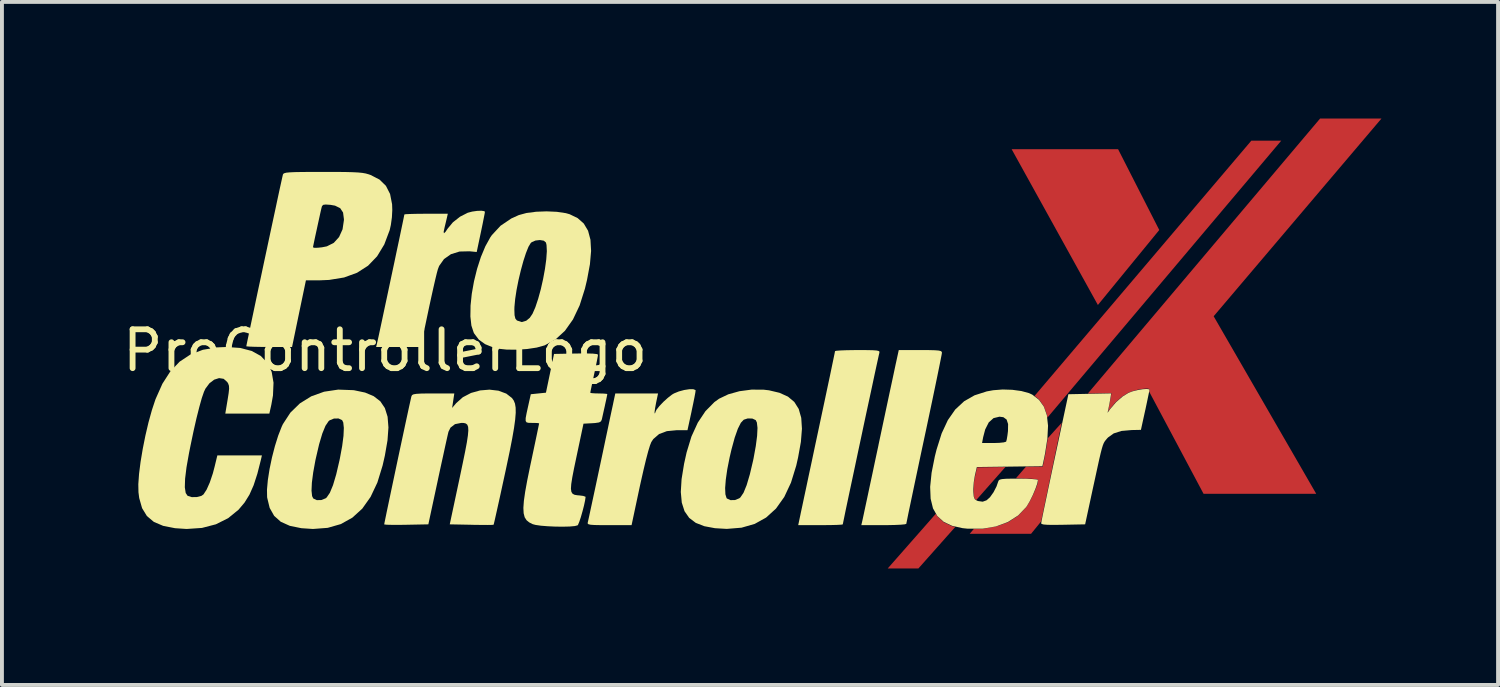
<source format=kicad_pcb>
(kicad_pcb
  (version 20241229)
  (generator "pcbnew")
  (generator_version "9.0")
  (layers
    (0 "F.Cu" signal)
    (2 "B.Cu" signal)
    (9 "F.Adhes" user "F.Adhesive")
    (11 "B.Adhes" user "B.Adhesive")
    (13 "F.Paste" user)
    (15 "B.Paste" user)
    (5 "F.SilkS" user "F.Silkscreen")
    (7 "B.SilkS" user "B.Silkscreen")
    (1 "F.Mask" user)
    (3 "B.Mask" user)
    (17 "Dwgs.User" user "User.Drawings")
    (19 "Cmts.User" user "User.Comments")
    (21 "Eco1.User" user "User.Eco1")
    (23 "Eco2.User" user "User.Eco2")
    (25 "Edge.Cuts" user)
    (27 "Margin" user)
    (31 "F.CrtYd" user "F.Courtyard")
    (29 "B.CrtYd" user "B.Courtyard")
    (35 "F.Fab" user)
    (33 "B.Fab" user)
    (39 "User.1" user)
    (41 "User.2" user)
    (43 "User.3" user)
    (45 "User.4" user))
  (footprint "ProControllerLogo"
    (layer "F.Cu")
    (at 6.863 6.471)
    (property "Reference" "ProControllerLogo" (at 0 -0.5 0) (unlocked yes) (layer "F.SilkS") (effects (font (size 1 1) (thickness 0.15))))
    (attr smd)
    (fp_poly (pts (xy 13.997 -0.51) (xy 14.151 -0.506) (xy 14.249 -0.498) (xy 14.303 -0.485) (xy 14.327 -0.464) (xy 14.331 -0.441) (xy 14.323 -0.39) (xy 14.299 -0.268) (xy 14.262 -0.083) (xy 14.213 0.158) (xy 14.153 0.448) (xy 14.084 0.779) (xy 14.007 1.144) (xy 13.924 1.536) (xy 13.872 1.779) (xy 13.786 2.182) (xy 13.706 2.561) (xy 13.632 2.91) (xy 13.567 3.221) (xy 13.511 3.487) (xy 13.466 3.701) (xy 13.435 3.856) (xy 13.417 3.944) (xy 13.414 3.962) (xy 13.376 3.974) (xy 13.273 3.984) (xy 13.118 3.991) (xy 12.925 3.995) (xy 12.835 3.995) (xy 12.256 3.995) (xy 12.277 3.906) (xy 12.29 3.849) (xy 12.317 3.723) (xy 12.357 3.535) (xy 12.409 3.293) (xy 12.47 3.005) (xy 12.54 2.679) (xy 12.615 2.323) (xy 12.696 1.946) (xy 12.696 1.942) (xy 12.778 1.555) (xy 12.857 1.184) (xy 12.931 0.836) (xy 12.998 0.521) (xy 13.057 0.248) (xy 13.104 0.026) (xy 13.138 -0.135) (xy 13.157 -0.221) (xy 13.22 -0.511) (xy 13.775 -0.511)) (stroke (width 0) (type solid)) (fill yes) (layer "F.SilkS"))
    (fp_poly (pts (xy 19.665 0.499) (xy 19.673 0.511) (xy 19.664 0.561) (xy 19.641 0.673) (xy 19.608 0.832) (xy 19.568 1.02) (xy 19.562 1.045) (xy 19.453 1.543) (xy 19.212 1.548) (xy 18.952 1.571) (xy 18.753 1.634) (xy 18.606 1.739) (xy 18.579 1.768) (xy 18.546 1.807) (xy 18.519 1.843) (xy 18.496 1.884) (xy 18.473 1.941) (xy 18.448 2.023) (xy 18.418 2.138) (xy 18.381 2.296) (xy 18.335 2.506) (xy 18.276 2.778) (xy 18.219 3.038) (xy 18.017 3.975) (xy 17.45 3.986) (xy 17.217 3.989) (xy 17.053 3.987) (xy 16.95 3.979) (xy 16.897 3.965) (xy 16.885 3.947) (xy 16.894 3.898) (xy 16.917 3.779) (xy 16.954 3.6) (xy 17.003 3.368) (xy 17.061 3.091) (xy 17.127 2.778) (xy 17.199 2.438) (xy 17.237 2.261) (xy 17.586 0.626) (xy 18.137 0.615) (xy 18.688 0.604) (xy 18.663 0.754) (xy 18.64 0.884) (xy 18.617 0.997) (xy 18.616 1.005) (xy 18.594 1.104) (xy 18.664 1.005) (xy 18.809 0.835) (xy 18.979 0.686) (xy 19.132 0.591) (xy 19.239 0.551) (xy 19.369 0.519) (xy 19.497 0.497) (xy 19.603 0.49)) (stroke (width 0) (type solid)) (fill yes) (layer "F.SilkS"))
    (fp_poly (pts (xy 12.387 -0.51) (xy 12.545 -0.507) (xy 12.646 -0.5) (xy 12.701 -0.488) (xy 12.723 -0.47) (xy 12.721 -0.443) (xy 12.721 -0.441) (xy 12.709 -0.391) (xy 12.683 -0.272) (xy 12.644 -0.094) (xy 12.594 0.137) (xy 12.536 0.41) (xy 12.47 0.717) (xy 12.398 1.05) (xy 12.323 1.4) (xy 12.247 1.76) (xy 12.17 2.119) (xy 12.096 2.47) (xy 12.025 2.804) (xy 11.959 3.113) (xy 11.901 3.387) (xy 11.852 3.619) (xy 11.815 3.8) (xy 11.79 3.921) (xy 11.779 3.975) (xy 11.779 3.976) (xy 11.742 3.983) (xy 11.638 3.989) (xy 11.484 3.993) (xy 11.291 3.995) (xy 11.206 3.995) (xy 10.632 3.995) (xy 10.685 3.746) (xy 10.703 3.658) (xy 10.737 3.501) (xy 10.783 3.283) (xy 10.841 3.012) (xy 10.907 2.699) (xy 10.982 2.35) (xy 11.061 1.975) (xy 11.145 1.582) (xy 11.158 1.52) (xy 11.24 1.134) (xy 11.317 0.773) (xy 11.387 0.442) (xy 11.449 0.151) (xy 11.5 -0.095) (xy 11.54 -0.287) (xy 11.567 -0.418) (xy 11.579 -0.48) (xy 11.58 -0.484) (xy 11.617 -0.493) (xy 11.721 -0.501) (xy 11.876 -0.507) (xy 12.068 -0.51) (xy 12.161 -0.511)) (stroke (width 0) (type solid)) (fill yes) (layer "F.SilkS"))
    (fp_poly (pts (xy 2.551 -4.086) (xy 2.568 -4.069) (xy 2.561 -4.021) (xy 2.539 -3.91) (xy 2.508 -3.753) (xy 2.469 -3.565) (xy 2.463 -3.537) (xy 2.357 -3.035) (xy 2.173 -3.053) (xy 1.915 -3.047) (xy 1.693 -2.978) (xy 1.515 -2.853) (xy 1.39 -2.676) (xy 1.358 -2.593) (xy 1.332 -2.499) (xy 1.294 -2.342) (xy 1.246 -2.134) (xy 1.192 -1.891) (xy 1.134 -1.625) (xy 1.107 -1.497) (xy 0.916 -0.59) (xy 0.342 -0.59) (xy -0.232 -0.59) (xy -0.21 -0.68) (xy -0.196 -0.741) (xy -0.168 -0.868) (xy -0.129 -1.05) (xy -0.08 -1.278) (xy -0.024 -1.542) (xy 0.038 -1.832) (xy 0.103 -2.138) (xy 0.169 -2.45) (xy 0.235 -2.759) (xy 0.297 -3.055) (xy 0.355 -3.327) (xy 0.405 -3.566) (xy 0.446 -3.762) (xy 0.476 -3.906) (xy 0.492 -3.987) (xy 0.495 -4.001) (xy 0.532 -4.008) (xy 0.635 -4.013) (xy 0.789 -4.017) (xy 0.98 -4.019) (xy 1.054 -4.019) (xy 1.613 -4.019) (xy 1.588 -3.91) (xy 1.56 -3.791) (xy 1.529 -3.663) (xy 1.506 -3.553) (xy 1.514 -3.517) (xy 1.554 -3.554) (xy 1.607 -3.634) (xy 1.744 -3.799) (xy 1.928 -3.944) (xy 2.126 -4.045) (xy 2.24 -4.075) (xy 2.365 -4.093) (xy 2.477 -4.097)) (stroke (width 0) (type solid)) (fill yes) (layer "F.SilkS"))
    (fp_poly (pts (xy 7.987 0.518) (xy 7.991 0.531) (xy 7.983 0.589) (xy 7.961 0.708) (xy 7.928 0.871) (xy 7.888 1.06) (xy 7.887 1.068) (xy 7.782 1.551) (xy 7.512 1.551) (xy 7.252 1.576) (xy 7.051 1.651) (xy 6.902 1.78) (xy 6.851 1.857) (xy 6.817 1.943) (xy 6.77 2.097) (xy 6.714 2.31) (xy 6.651 2.572) (xy 6.583 2.873) (xy 6.555 2.999) (xy 6.343 3.995) (xy 5.769 3.995) (xy 5.544 3.995) (xy 5.387 3.992) (xy 5.288 3.985) (xy 5.233 3.972) (xy 5.213 3.954) (xy 5.215 3.927) (xy 5.215 3.926) (xy 5.228 3.871) (xy 5.255 3.749) (xy 5.294 3.566) (xy 5.344 3.334) (xy 5.403 3.06) (xy 5.468 2.755) (xy 5.535 2.44) (xy 5.606 2.106) (xy 5.673 1.787) (xy 5.735 1.496) (xy 5.788 1.242) (xy 5.832 1.036) (xy 5.864 0.889) (xy 5.879 0.815) (xy 5.924 0.606) (xy 6.474 0.606) (xy 7.024 0.606) (xy 6.972 0.855) (xy 6.948 0.986) (xy 6.935 1.082) (xy 6.937 1.121) (xy 6.953 1.107) (xy 6.954 1.09) (xy 6.983 1.027) (xy 7.058 0.932) (xy 7.161 0.823) (xy 7.276 0.719) (xy 7.384 0.635) (xy 7.435 0.605) (xy 7.56 0.554) (xy 7.698 0.517) (xy 7.829 0.497) (xy 7.932 0.497)) (stroke (width 0) (type solid)) (fill yes) (layer "F.SilkS"))
    (fp_poly (pts (xy 9.743 0.509) (xy 9.88 0.525) (xy 10.15 0.589) (xy 10.367 0.687) (xy 10.531 0.824) (xy 10.645 1.005) (xy 10.71 1.234) (xy 10.728 1.515) (xy 10.701 1.853) (xy 10.629 2.252) (xy 10.581 2.464) (xy 10.446 2.901) (xy 10.273 3.27) (xy 10.06 3.569) (xy 9.806 3.8) (xy 9.511 3.964) (xy 9.173 4.061) (xy 8.792 4.092) (xy 8.489 4.074) (xy 8.216 4.023) (xy 7.995 3.937) (xy 7.826 3.809) (xy 7.706 3.637) (xy 7.635 3.416) (xy 7.61 3.142) (xy 7.616 3.041) (xy 8.751 3.041) (xy 8.758 3.203) (xy 8.788 3.299) (xy 8.796 3.309) (xy 8.888 3.352) (xy 9.007 3.349) (xy 9.116 3.304) (xy 9.143 3.282) (xy 9.224 3.163) (xy 9.305 2.965) (xy 9.387 2.688) (xy 9.471 2.332) (xy 9.483 2.274) (xy 9.54 1.96) (xy 9.574 1.698) (xy 9.584 1.493) (xy 9.568 1.353) (xy 9.538 1.292) (xy 9.449 1.251) (xy 9.329 1.25) (xy 9.23 1.282) (xy 9.156 1.36) (xy 9.078 1.515) (xy 8.997 1.744) (xy 8.915 2.045) (xy 8.866 2.255) (xy 8.806 2.558) (xy 8.768 2.823) (xy 8.751 3.041) (xy 7.616 3.041) (xy 7.63 2.811) (xy 7.694 2.418) (xy 7.76 2.121) (xy 7.884 1.714) (xy 8.047 1.358) (xy 8.245 1.061) (xy 8.474 0.829) (xy 8.594 0.742) (xy 8.833 0.628) (xy 9.12 0.548) (xy 9.432 0.507)) (stroke (width 0) (type solid)) (fill yes) (layer "F.SilkS"))
    (fp_poly (pts (xy -0.822 0.521) (xy -0.792 0.525) (xy -0.516 0.583) (xy -0.295 0.676) (xy -0.125 0.807) (xy -0.007 0.982) (xy 0.063 1.205) (xy 0.085 1.481) (xy 0.061 1.813) (xy -0.007 2.206) (xy -0.065 2.46) (xy -0.2 2.899) (xy -0.375 3.269) (xy -0.589 3.571) (xy -0.844 3.803) (xy -1.14 3.968) (xy -1.478 4.065) (xy -1.857 4.094) (xy -2.157 4.074) (xy -2.454 4.013) (xy -2.686 3.909) (xy -2.857 3.756) (xy -2.972 3.552) (xy -3.035 3.293) (xy -3.038 3.271) (xy -3.041 3.108) (xy -1.895 3.108) (xy -1.88 3.248) (xy -1.85 3.309) (xy -1.759 3.352) (xy -1.64 3.349) (xy -1.53 3.304) (xy -1.504 3.282) (xy -1.423 3.163) (xy -1.341 2.965) (xy -1.259 2.688) (xy -1.176 2.332) (xy -1.164 2.274) (xy -1.106 1.96) (xy -1.072 1.698) (xy -1.063 1.493) (xy -1.078 1.353) (xy -1.108 1.292) (xy -1.2 1.25) (xy -1.318 1.252) (xy -1.428 1.297) (xy -1.455 1.319) (xy -1.536 1.439) (xy -1.617 1.637) (xy -1.699 1.913) (xy -1.782 2.269) (xy -1.795 2.327) (xy -1.852 2.641) (xy -1.886 2.904) (xy -1.895 3.108) (xy -3.041 3.108) (xy -3.041 3.079) (xy -3.019 2.834) (xy -2.975 2.553) (xy -2.913 2.255) (xy -2.837 1.961) (xy -2.752 1.69) (xy -2.662 1.46) (xy -2.631 1.394) (xy -2.439 1.1) (xy -2.194 0.861) (xy -1.902 0.68) (xy -1.571 0.561) (xy -1.209 0.507)) (stroke (width 0) (type solid)) (fill yes) (layer "F.SilkS"))
    (fp_poly (pts (xy 4.42 -4.069) (xy 4.65 -4.035) (xy 4.749 -4.007) (xy 4.955 -3.907) (xy 5.113 -3.767) (xy 5.223 -3.582) (xy 5.285 -3.349) (xy 5.301 -3.062) (xy 5.271 -2.719) (xy 5.196 -2.316) (xy 5.142 -2.09) (xy 5.006 -1.66) (xy 4.834 -1.298) (xy 4.627 -1.006) (xy 4.385 -0.784) (xy 4.11 -0.634) (xy 4.103 -0.631) (xy 3.902 -0.575) (xy 3.655 -0.538) (xy 3.388 -0.52) (xy 3.128 -0.523) (xy 2.901 -0.547) (xy 2.788 -0.575) (xy 2.57 -0.664) (xy 2.412 -0.779) (xy 2.295 -0.933) (xy 2.279 -0.962) (xy 2.22 -1.141) (xy 2.194 -1.376) (xy 2.197 -1.553) (xy 3.326 -1.553) (xy 3.331 -1.407) (xy 3.352 -1.32) (xy 3.391 -1.274) (xy 3.395 -1.271) (xy 3.516 -1.232) (xy 3.632 -1.266) (xy 3.722 -1.34) (xy 3.793 -1.445) (xy 3.867 -1.614) (xy 3.939 -1.831) (xy 4.007 -2.078) (xy 4.066 -2.34) (xy 4.114 -2.601) (xy 4.147 -2.844) (xy 4.162 -3.055) (xy 4.154 -3.215) (xy 4.139 -3.279) (xy 4.083 -3.326) (xy 3.983 -3.343) (xy 3.87 -3.33) (xy 3.773 -3.288) (xy 3.747 -3.265) (xy 3.689 -3.169) (xy 3.625 -3.009) (xy 3.558 -2.803) (xy 3.493 -2.565) (xy 3.433 -2.313) (xy 3.383 -2.061) (xy 3.347 -1.826) (xy 3.328 -1.623) (xy 3.326 -1.553) (xy 2.197 -1.553) (xy 2.198 -1.654) (xy 2.23 -1.96) (xy 2.287 -2.28) (xy 2.366 -2.6) (xy 2.464 -2.905) (xy 2.579 -3.181) (xy 2.708 -3.414) (xy 2.748 -3.471) (xy 2.971 -3.711) (xy 3.248 -3.898) (xy 3.44 -3.985) (xy 3.638 -4.039) (xy 3.886 -4.071) (xy 4.156 -4.081)) (stroke (width 0) (type solid)) (fill yes) (layer "F.SilkS"))
    (fp_poly (pts (xy -3.729 -0.565) (xy -3.435 -0.488) (xy -3.202 -0.36) (xy -3.031 -0.181) (xy -2.921 0.049) (xy -2.873 0.329) (xy -2.887 0.658) (xy -2.929 0.895) (xy -2.98 1.124) (xy -3.547 1.124) (xy -4.114 1.124) (xy -4.055 0.77) (xy -4.028 0.599) (xy -4.016 0.485) (xy -4.02 0.41) (xy -4.039 0.353) (xy -4.064 0.312) (xy -4.157 0.229) (xy -4.274 0.211) (xy -4.4 0.251) (xy -4.522 0.344) (xy -4.625 0.482) (xy -4.663 0.563) (xy -4.719 0.725) (xy -4.783 0.955) (xy -4.856 1.244) (xy -4.933 1.583) (xy -5.012 1.961) (xy -5.048 2.141) (xy -5.113 2.508) (xy -5.149 2.802) (xy -5.156 3.022) (xy -5.133 3.169) (xy -5.084 3.241) (xy -4.979 3.274) (xy -4.849 3.273) (xy -4.731 3.243) (xy -4.677 3.206) (xy -4.596 3.083) (xy -4.513 2.897) (xy -4.435 2.665) (xy -4.389 2.49) (xy -4.319 2.201) (xy -3.746 2.201) (xy -3.172 2.201) (xy -3.197 2.311) (xy -3.289 2.673) (xy -3.385 2.969) (xy -3.493 3.212) (xy -3.619 3.415) (xy -3.768 3.592) (xy -3.774 3.599) (xy -4.042 3.817) (xy -4.357 3.974) (xy -4.714 4.067) (xy -5.11 4.094) (xy -5.408 4.074) (xy -5.713 4.014) (xy -5.953 3.912) (xy -6.132 3.761) (xy -6.256 3.558) (xy -6.33 3.298) (xy -6.349 3.149) (xy -6.353 2.942) (xy -6.334 2.676) (xy -6.295 2.368) (xy -6.239 2.033) (xy -6.17 1.688) (xy -6.091 1.351) (xy -6.004 1.037) (xy -5.913 0.762) (xy -5.907 0.747) (xy -5.733 0.356) (xy -5.528 0.037) (xy -5.289 -0.213) (xy -5.012 -0.396) (xy -4.691 -0.518) (xy -4.323 -0.58) (xy -4.083 -0.59)) (stroke (width 0) (type solid)) (fill yes) (layer "F.SilkS"))
    (fp_poly (pts (xy 2.916 0.535) (xy 3.118 0.61) (xy 3.265 0.724) (xy 3.31 0.788) (xy 3.342 0.867) (xy 3.359 0.971) (xy 3.361 1.105) (xy 3.347 1.278) (xy 3.317 1.497) (xy 3.27 1.768) (xy 3.205 2.1) (xy 3.121 2.499) (xy 3.087 2.658) (xy 3.019 2.97) (xy 2.957 3.256) (xy 2.901 3.508) (xy 2.855 3.715) (xy 2.82 3.87) (xy 2.798 3.962) (xy 2.791 3.985) (xy 2.749 3.989) (xy 2.642 3.991) (xy 2.484 3.99) (xy 2.291 3.988) (xy 2.221 3.986) (xy 1.663 3.975) (xy 1.921 2.765) (xy 1.998 2.398) (xy 2.059 2.101) (xy 2.103 1.867) (xy 2.13 1.688) (xy 2.141 1.558) (xy 2.136 1.468) (xy 2.115 1.411) (xy 2.078 1.38) (xy 2.026 1.366) (xy 1.96 1.364) (xy 1.798 1.396) (xy 1.682 1.486) (xy 1.63 1.592) (xy 1.614 1.659) (xy 1.584 1.792) (xy 1.542 1.982) (xy 1.491 2.217) (xy 1.432 2.485) (xy 1.369 2.777) (xy 1.356 2.839) (xy 1.112 3.975) (xy 0.544 3.986) (xy 0.342 3.989) (xy 0.171 3.988) (xy 0.047 3.985) (xy -0.018 3.978) (xy -0.024 3.975) (xy -0.016 3.931) (xy 0.007 3.819) (xy 0.042 3.648) (xy 0.088 3.43) (xy 0.142 3.173) (xy 0.202 2.889) (xy 0.266 2.586) (xy 0.332 2.274) (xy 0.398 1.964) (xy 0.462 1.666) (xy 0.521 1.389) (xy 0.574 1.144) (xy 0.618 0.94) (xy 0.652 0.788) (xy 0.672 0.697) (xy 0.678 0.676) (xy 0.694 0.647) (xy 0.732 0.628) (xy 0.804 0.616) (xy 0.922 0.609) (xy 1.099 0.606) (xy 1.239 0.606) (xy 1.78 0.606) (xy 1.752 0.793) (xy 1.724 0.979) (xy 1.829 0.855) (xy 2 0.703) (xy 2.211 0.593) (xy 2.445 0.528) (xy 2.686 0.508)) (stroke (width 0) (type solid)) (fill yes) (layer "F.SilkS"))
    (fp_poly (pts (xy -1.281 -5.096) (xy -1.033 -5.094) (xy -0.842 -5.089) (xy -0.698 -5.082) (xy -0.587 -5.071) (xy -0.501 -5.056) (xy -0.426 -5.035) (xy -0.372 -5.016) (xy -0.145 -4.899) (xy 0.02 -4.738) (xy 0.127 -4.528) (xy 0.179 -4.263) (xy 0.184 -4.115) (xy 0.174 -3.927) (xy 0.147 -3.73) (xy 0.117 -3.598) (xy -0.022 -3.229) (xy -0.207 -2.924) (xy -0.44 -2.682) (xy -0.722 -2.501) (xy -1.056 -2.379) (xy -1.443 -2.316) (xy -1.699 -2.305) (xy -2.039 -2.305) (xy -2.218 -1.448) (xy -2.396 -0.59) (xy -2.984 -0.59) (xy -3.191 -0.592) (xy -3.365 -0.595) (xy -3.495 -0.6) (xy -3.564 -0.606) (xy -3.573 -0.61) (xy -3.565 -0.653) (xy -3.542 -0.765) (xy -3.505 -0.938) (xy -3.458 -1.164) (xy -3.401 -1.433) (xy -3.337 -1.738) (xy -3.267 -2.069) (xy -3.192 -2.418) (xy -3.116 -2.777) (xy -3.039 -3.136) (xy -3.035 -3.156) (xy -1.858 -3.156) (xy -1.823 -3.143) (xy -1.736 -3.144) (xy -1.624 -3.156) (xy -1.511 -3.178) (xy -1.497 -3.182) (xy -1.322 -3.27) (xy -1.186 -3.42) (xy -1.096 -3.619) (xy -1.061 -3.856) (xy -1.061 -3.881) (xy -1.083 -4.051) (xy -1.157 -4.163) (xy -1.29 -4.228) (xy -1.41 -4.249) (xy -1.531 -4.257) (xy -1.596 -4.248) (xy -1.626 -4.213) (xy -1.637 -4.174) (xy -1.658 -4.084) (xy -1.688 -3.948) (xy -1.724 -3.784) (xy -1.762 -3.608) (xy -1.799 -3.44) (xy -1.829 -3.297) (xy -1.85 -3.196) (xy -1.858 -3.156) (xy -3.035 -3.156) (xy -2.964 -3.489) (xy -2.892 -3.825) (xy -2.825 -4.136) (xy -2.766 -4.414) (xy -2.715 -4.651) (xy -2.674 -4.837) (xy -2.646 -4.964) (xy -2.632 -5.024) (xy -2.632 -5.026) (xy -2.62 -5.048) (xy -2.592 -5.064) (xy -2.54 -5.077) (xy -2.454 -5.085) (xy -2.326 -5.091) (xy -2.144 -5.094) (xy -1.902 -5.096) (xy -1.598 -5.096)) (stroke (width 0) (type solid)) (fill yes) (layer "F.SilkS"))
    (fp_poly (pts (xy 16.142 0.512) (xy 16.377 0.544) (xy 16.572 0.597) (xy 16.659 0.638) (xy 16.831 0.772) (xy 16.955 0.946) (xy 17.032 1.166) (xy 17.062 1.436) (xy 17.046 1.762) (xy 16.986 2.149) (xy 16.962 2.27) (xy 16.917 2.478) (xy 16.073 2.489) (xy 15.23 2.5) (xy 15.179 2.719) (xy 15.151 2.888) (xy 15.138 3.065) (xy 15.139 3.137) (xy 15.15 3.259) (xy 15.175 3.326) (xy 15.229 3.363) (xy 15.261 3.375) (xy 15.38 3.392) (xy 15.48 3.356) (xy 15.568 3.277) (xy 15.659 3.149) (xy 15.737 2.997) (xy 15.777 2.881) (xy 15.791 2.847) (xy 15.82 2.824) (xy 15.878 2.81) (xy 15.978 2.802) (xy 16.134 2.799) (xy 16.301 2.799) (xy 16.491 2.801) (xy 16.647 2.808) (xy 16.756 2.818) (xy 16.803 2.83) (xy 16.803 2.831) (xy 16.785 2.925) (xy 16.736 3.064) (xy 16.669 3.223) (xy 16.592 3.379) (xy 16.517 3.506) (xy 16.501 3.529) (xy 16.293 3.746) (xy 16.03 3.914) (xy 15.721 4.029) (xy 15.373 4.087) (xy 14.997 4.087) (xy 14.863 4.073) (xy 14.593 4.013) (xy 14.377 3.911) (xy 14.213 3.762) (xy 14.101 3.564) (xy 14.04 3.314) (xy 14.028 3.01) (xy 14.065 2.647) (xy 14.149 2.224) (xy 14.194 2.046) (xy 14.246 1.882) (xy 15.364 1.882) (xy 15.663 1.882) (xy 15.809 1.877) (xy 15.923 1.865) (xy 15.981 1.848) (xy 15.984 1.845) (xy 16 1.788) (xy 16.018 1.679) (xy 16.031 1.574) (xy 16.034 1.394) (xy 15.996 1.278) (xy 15.912 1.217) (xy 15.812 1.204) (xy 15.659 1.241) (xy 15.536 1.351) (xy 15.444 1.534) (xy 15.392 1.732) (xy 15.364 1.882) (xy 14.246 1.882) (xy 14.324 1.634) (xy 14.483 1.293) (xy 14.674 1.019) (xy 14.902 0.807) (xy 15.17 0.654) (xy 15.485 0.553) (xy 15.651 0.523) (xy 15.892 0.504)) (stroke (width 0) (type solid)) (fill yes) (layer "F.SilkS"))
    (fp_poly (pts (xy 5.35 -0.419) (xy 5.453 -0.407) (xy 5.479 -0.391) (xy 5.471 -0.338) (xy 5.449 -0.224) (xy 5.417 -0.065) (xy 5.379 0.111) (xy 5.34 0.293) (xy 5.309 0.443) (xy 5.287 0.547) (xy 5.28 0.589) (xy 5.316 0.598) (xy 5.409 0.604) (xy 5.499 0.606) (xy 5.619 0.609) (xy 5.699 0.616) (xy 5.718 0.623) (xy 5.71 0.668) (xy 5.689 0.769) (xy 5.659 0.905) (xy 5.658 0.913) (xy 5.624 1.063) (xy 5.595 1.194) (xy 5.578 1.272) (xy 5.556 1.323) (xy 5.506 1.352) (xy 5.406 1.367) (xy 5.332 1.372) (xy 5.105 1.384) (xy 4.925 2.234) (xy 4.862 2.534) (xy 4.817 2.766) (xy 4.79 2.938) (xy 4.782 3.06) (xy 4.794 3.14) (xy 4.826 3.189) (xy 4.878 3.215) (xy 4.952 3.227) (xy 4.994 3.23) (xy 5.096 3.243) (xy 5.154 3.263) (xy 5.159 3.27) (xy 5.146 3.362) (xy 5.118 3.493) (xy 5.079 3.643) (xy 5.037 3.79) (xy 4.996 3.912) (xy 4.964 3.988) (xy 4.954 4) (xy 4.881 4.019) (xy 4.749 4.031) (xy 4.576 4.035) (xy 4.382 4.033) (xy 4.187 4.024) (xy 4.011 4.01) (xy 3.872 3.99) (xy 3.8 3.971) (xy 3.71 3.926) (xy 3.641 3.87) (xy 3.592 3.794) (xy 3.565 3.69) (xy 3.558 3.552) (xy 3.571 3.37) (xy 3.604 3.138) (xy 3.657 2.846) (xy 3.73 2.488) (xy 3.761 2.343) (xy 3.817 2.078) (xy 3.867 1.841) (xy 3.909 1.641) (xy 3.94 1.491) (xy 3.959 1.399) (xy 3.964 1.376) (xy 3.928 1.368) (xy 3.838 1.364) (xy 3.784 1.364) (xy 3.696 1.363) (xy 3.642 1.351) (xy 3.617 1.315) (xy 3.617 1.24) (xy 3.641 1.113) (xy 3.678 0.945) (xy 3.749 0.626) (xy 3.944 0.606) (xy 4.139 0.586) (xy 4.243 0.088) (xy 4.347 -0.411) (xy 4.913 -0.422) (xy 5.17 -0.424)) (stroke (width 0) (type solid)) (fill yes) (layer "F.SilkS"))
    (pad "1" smd custom (at 13.894 4.346) (size 0.3 0.3) (layers "F.Cu" "F.Mask" "F.Paste") (options (anchor circle)) (primitives (gr_poly (pts (xy -0.15 -0.075) (xy -0.144 -0.104) (xy -0.128 -0.128) (xy -0.104 -0.144) (xy -0.075 -0.15) (xy 0.075 -0.15) (xy 0.104 -0.144) (xy 0.128 -0.128) (xy 0.144 -0.104) (xy 0.15 -0.075) (xy 0.15 0.075) (xy 0.144 0.104) (xy 0.128 0.128) (xy 0.104 0.144) (xy 0.075 0.15) (xy -0.075 0.15) (xy -0.104 0.144) (xy -0.128 0.128) (xy -0.144 0.104) (xy -0.15 0.075)) (width 0) (fill yes)) (gr_poly (pts (xy -0.168 0.764) (xy -0.958 0.764) (xy 0.282 -0.646) (xy 0.322 -0.576) (xy 0.482 -0.426) (xy 0.692 -0.326) (xy 0.782 -0.306)) (width 0) (fill yes))))
    (pad "1" smd custom (at 15.385 2.779) (size 0.3 0.3) (layers "F.Cu" "F.Mask" "F.Paste") (options (anchor circle)) (primitives (gr_poly (pts (xy -0.15 -0.075) (xy -0.144 -0.104) (xy -0.128 -0.128) (xy -0.104 -0.144) (xy -0.075 -0.15) (xy 0.075 -0.15) (xy 0.104 -0.144) (xy 0.128 -0.128) (xy 0.144 -0.104) (xy 0.15 -0.075) (xy 0.15 0.075) (xy 0.144 0.104) (xy 0.128 0.128) (xy 0.104 0.144) (xy 0.075 0.15) (xy -0.075 0.15) (xy -0.104 0.144) (xy -0.128 0.128) (xy -0.144 0.104) (xy -0.15 0.075)) (width 0) (fill yes)) (gr_poly (pts (xy -0.15 -0.27) (xy 0.58 -0.28) (xy -0.17 0.57) (xy -0.21 0.54) (xy -0.23 0.48) (xy -0.24 0.36) (xy -0.24 0.28) (xy -0.23 0.11) (xy -0.2 -0.05)) (width 0) (fill yes))))
    (pad "1" smd custom (at 16.545 3.819) (size 0.3 0.3) (layers "F.Cu" "F.Mask" "F.Paste") (options (anchor circle)) (primitives (gr_poly (pts (xy -0.15 -0.075) (xy -0.144 -0.104) (xy -0.128 -0.128) (xy -0.104 -0.144) (xy -0.075 -0.15) (xy 0.075 -0.15) (xy 0.104 -0.144) (xy 0.128 -0.128) (xy 0.144 -0.104) (xy 0.15 -0.075) (xy 0.15 0.075) (xy 0.144 0.104) (xy 0.128 0.128) (xy 0.104 0.144) (xy 0.075 0.15) (xy -0.075 0.15) (xy -0.104 0.144) (xy -0.128 0.128) (xy -0.144 0.104) (xy -0.15 0.075)) (width 0) (fill yes)) (gr_poly (pts (xy 0.87 -2.46) (xy 0.34 0.08) (xy 0.08 0.4) (xy -1.5 0.4) (xy -1.39 0.27) (xy -1.17 0.27) (xy -0.82 0.21) (xy -0.51 0.1) (xy -0.25 -0.07) (xy -0.04 -0.29) (xy 0.05 -0.44) (xy 0.13 -0.6) (xy 0.2 -0.76) (xy 0.25 -0.9) (xy 0.26 -0.99) (xy 0.23 -1) (xy 0.18 -1.01) (xy 0.06 -1.02) (xy -0.08 -1.02) (xy -0.31 -1.03) (xy -0.05 -1.33) (xy 0.38 -1.33) (xy 0.45 -1.67) (xy 0.51 -2.06)) (width 0) (fill yes))))
    (pad "1" smd custom (at 18.035 -4.561) (size 0.5 0.5) (layers "F.Cu" "F.Mask" "F.Paste") (options (anchor circle)) (primitives (gr_poly (pts (xy -0.25 -0.125) (xy -0.24 -0.173) (xy -0.213 -0.213) (xy -0.173 -0.24) (xy -0.125 -0.25) (xy 0.125 -0.25) (xy 0.173 -0.24) (xy 0.213 -0.213) (xy 0.24 -0.173) (xy 0.25 -0.125) (xy 0.25 0.125) (xy 0.24 0.173) (xy 0.213 0.213) (xy 0.173 0.24) (xy 0.125 0.25) (xy -0.125 0.25) (xy -0.173 0.24) (xy -0.213 0.213) (xy -0.24 0.173) (xy -0.25 0.125)) (width 0) (fill yes)) (gr_poly (pts (xy 0.83 -1.12) (xy 1.89 0.96) (xy 0.31 2.89) (xy -1.91 -1.12)) (width 0) (fill yes))))
    (pad "1" smd custom (at 19.305 -1.881) (size 0.3 0.3) (layers "F.Cu" "F.Mask" "F.Paste") (options (anchor circle)) (primitives (gr_poly (pts (xy -0.15 -0.075) (xy -0.144 -0.104) (xy -0.128 -0.128) (xy -0.104 -0.144) (xy -0.075 -0.15) (xy 0.075 -0.15) (xy 0.104 -0.144) (xy 0.128 -0.128) (xy 0.144 -0.104) (xy 0.15 -0.075) (xy 0.15 0.075) (xy 0.144 0.104) (xy 0.128 0.128) (xy 0.104 0.144) (xy 0.075 0.15) (xy -0.075 0.15) (xy -0.104 0.144) (xy -0.128 0.128) (xy -0.144 0.104) (xy -0.15 0.075)) (width 0) (fill yes)) (gr_poly (pts (xy 2.99 -4.02) (xy 3.76 -4.02) (xy -2.26 3.11) (xy -2.27 3.04) (xy -2.35 2.82) (xy -2.47 2.65) (xy -2.59 2.55)) (width 0) (fill yes))))
    (pad "1" smd custom (at 20.375 -0.601) (size 0.3 0.3) (layers "F.Cu" "F.Mask" "F.Paste") (options (anchor circle)) (primitives (gr_poly (pts (xy -0.15 -0.075) (xy -0.144 -0.104) (xy -0.128 -0.128) (xy -0.104 -0.144) (xy -0.075 -0.15) (xy 0.075 -0.15) (xy 0.104 -0.144) (xy 0.128 -0.128) (xy 0.144 -0.104) (xy 0.15 -0.075) (xy 0.15 0.075) (xy 0.144 0.104) (xy 0.128 0.128) (xy 0.104 0.144) (xy 0.075 0.15) (xy -0.075 0.15) (xy -0.104 0.144) (xy -0.128 0.128) (xy -0.144 0.104) (xy -0.15 0.075)) (width 0) (fill yes)) (gr_poly (pts (xy 3.69 -5.87) (xy 5.27 -5.87) (xy 0.95 -0.78) (xy 3.59 3.79) (xy 0.69 3.79) (xy -0.71 1.16) (xy -0.7 1.11) (xy -0.71 1.09) (xy -0.77 1.08) (xy -0.88 1.09) (xy -1 1.11) (xy -1.14 1.15) (xy -1.25 1.19) (xy -1.41 1.29) (xy -1.58 1.44) (xy -1.72 1.61) (xy -1.77 1.68) (xy -1.68 1.2) (xy -1.7 1.2) (xy -2.29 1.21)) (width 0) (fill yes)))))
  (gr_rect
    (start -3 -3)
    (end 35.508 14.58)
    (stroke (width 0.1) (type default))
    (fill no)
    (layer "Edge.Cuts")))
</source>
